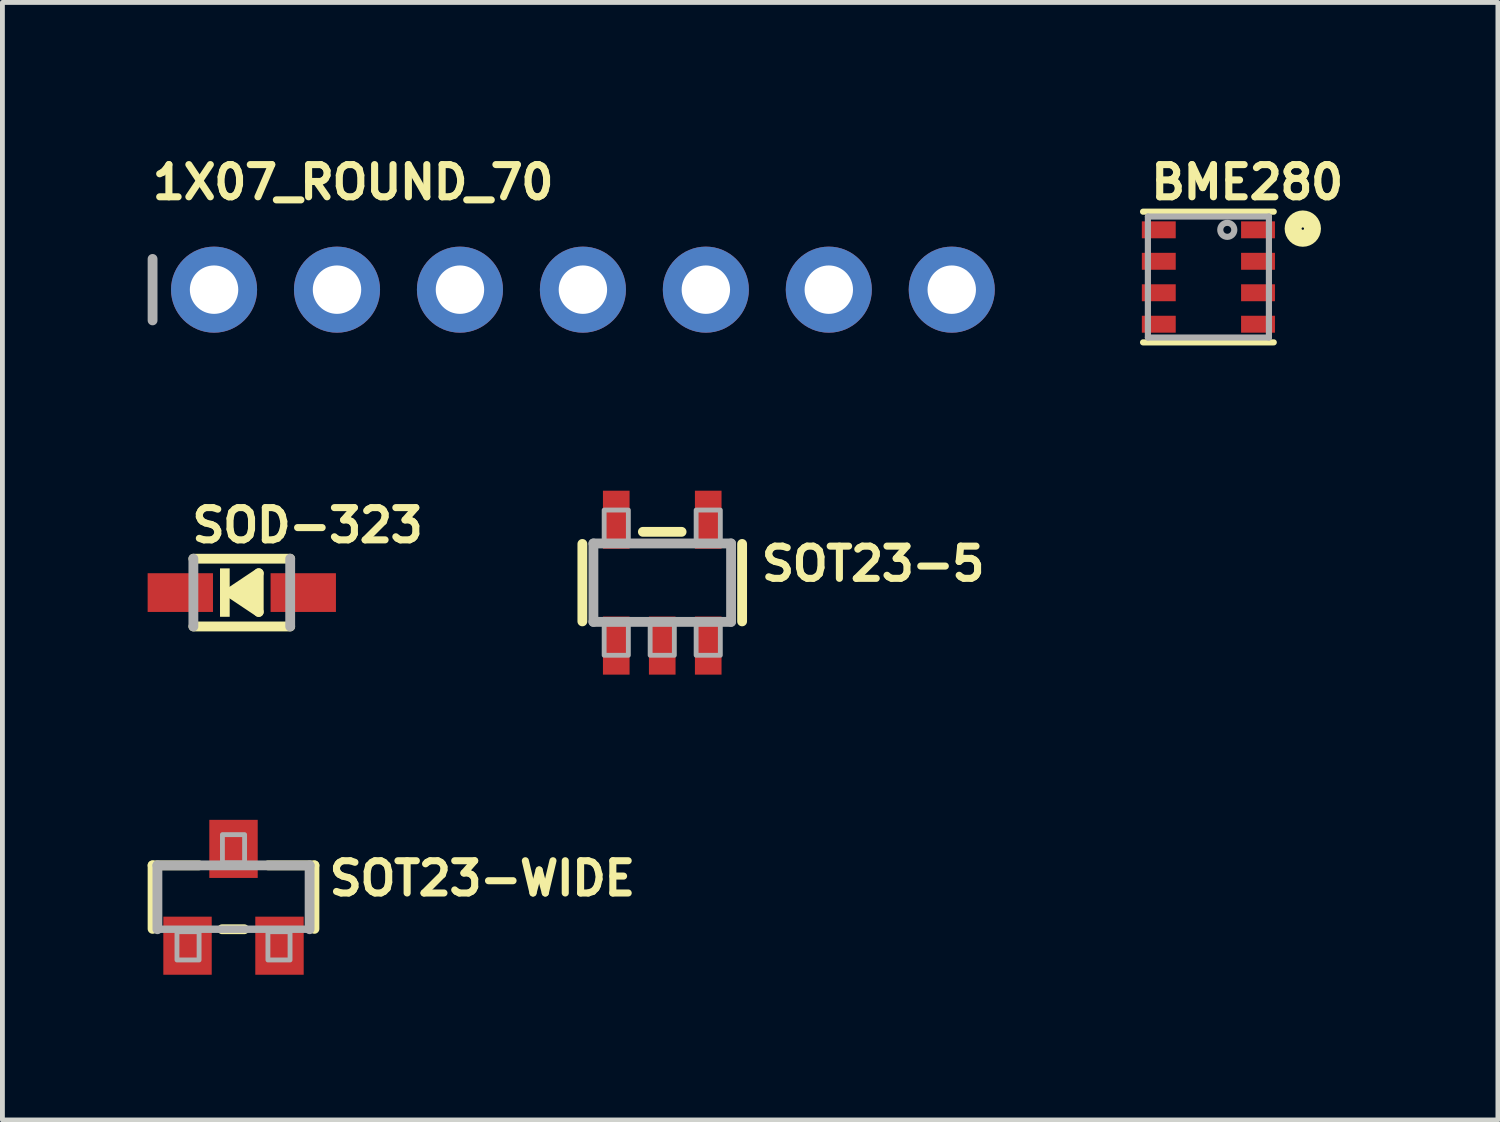
<source format=kicad_pcb>
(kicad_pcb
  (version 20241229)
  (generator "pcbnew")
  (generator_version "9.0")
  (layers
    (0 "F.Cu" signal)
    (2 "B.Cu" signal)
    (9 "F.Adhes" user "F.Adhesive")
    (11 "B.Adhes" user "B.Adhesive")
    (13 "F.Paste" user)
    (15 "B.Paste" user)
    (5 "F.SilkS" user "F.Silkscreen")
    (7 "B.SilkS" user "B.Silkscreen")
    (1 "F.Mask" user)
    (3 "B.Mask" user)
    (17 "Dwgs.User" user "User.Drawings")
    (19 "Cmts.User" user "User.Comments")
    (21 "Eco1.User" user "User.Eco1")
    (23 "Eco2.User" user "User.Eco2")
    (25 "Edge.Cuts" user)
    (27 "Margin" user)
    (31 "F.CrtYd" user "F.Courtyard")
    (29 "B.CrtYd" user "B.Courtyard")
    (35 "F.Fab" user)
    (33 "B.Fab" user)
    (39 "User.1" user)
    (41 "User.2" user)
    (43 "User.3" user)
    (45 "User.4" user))
  (footprint "SOD-323"
    (layer "F.Cu")
    (at 1.945 9.192)
    (property "Reference" "SOD-323" (at -1.1 -1 0) (layer "F.SilkS") (effects (font (size 0.666 0.666) (thickness 0.146)) (justify left bottom)))
    (fp_line (start -1 -0.7) (end 1 -0.7) (stroke (width 0.203) (type solid)) (layer "F.SilkS"))
    (fp_line (start -0.25 0) (end 0.35 -0.4) (stroke (width 0.203) (type solid)) (layer "F.SilkS"))
    (fp_line (start 0.35 -0.4) (end 0.35 0.4) (stroke (width 0.203) (type solid)) (layer "F.SilkS"))
    (fp_line (start 0.35 0.4) (end -0.25 0) (stroke (width 0.203) (type solid)) (layer "F.SilkS"))
    (fp_line (start 1 0.7) (end -1 0.7) (stroke (width 0.203) (type solid)) (layer "F.SilkS"))
    (fp_poly (pts (xy 0.302 0.39) (xy -0.283 0) (xy 0.302 -0.39)) (stroke (width 0) (type solid)) (fill yes) (layer "F.SilkS"))
    (fp_poly (pts (xy -0.45 0.5) (xy -0.25 0.5) (xy -0.25 -0.5) (xy -0.45 -0.5)) (stroke (width 0) (type solid)) (fill yes) (layer "F.SilkS"))
    (fp_line (start -1 0.7) (end -1 -0.7) (stroke (width 0.203) (type solid)) (layer "F.Fab"))
    (fp_line (start 1 -0.7) (end 1 0.7) (stroke (width 0.203) (type solid)) (layer "F.Fab"))
    (pad "A" smd rect (at 1.27 0) (size 1.35 0.8) (layers "F.Cu" "F.Mask" "F.Paste"))
    (pad "C" smd rect (at -1.27 0) (size 1.35 0.8) (layers "F.Cu" "F.Mask" "F.Paste")))
  (footprint "SOT23-5"
    (layer "F.Cu")
    (at 10.631 8.987)
    (property "Reference" "SOT23-5" (at 1.978 0 0) (layer "F.SilkS") (effects (font (size 0.666 0.666) (thickness 0.146)) (justify left bottom)))
    (fp_line (start -1.65 -0.8) (end -1.65 0.8) (stroke (width 0.203) (type solid)) (layer "F.SilkS"))
    (fp_line (start -0.4 -1.05) (end 0.4 -1.05) (stroke (width 0.203) (type solid)) (layer "F.SilkS"))
    (fp_line (start 1.65 -0.8) (end 1.65 0.8) (stroke (width 0.203) (type solid)) (layer "F.SilkS"))
    (fp_line (start -1.422 -0.81) (end 1.422 -0.81) (stroke (width 0.203) (type solid)) (layer "F.Fab"))
    (fp_line (start -1.422 0.81) (end -1.422 -0.81) (stroke (width 0.203) (type solid)) (layer "F.Fab"))
    (fp_line (start 1.422 -0.81) (end 1.422 0.81) (stroke (width 0.203) (type solid)) (layer "F.Fab"))
    (fp_line (start 1.422 0.81) (end -1.422 0.81) (stroke (width 0.203) (type solid)) (layer "F.Fab"))
    (fp_poly (pts (xy -1.2 -0.85) (xy -0.7 -0.85) (xy -0.7 -1.5) (xy -1.2 -1.5)) (stroke (width 0.1) (type solid)) (fill no) (layer "F.Fab"))
    (fp_poly (pts (xy -1.2 1.5) (xy -0.7 1.5) (xy -0.7 0.85) (xy -1.2 0.85)) (stroke (width 0.1) (type solid)) (fill no) (layer "F.Fab"))
    (fp_poly (pts (xy -0.25 1.5) (xy 0.25 1.5) (xy 0.25 0.85) (xy -0.25 0.85)) (stroke (width 0.1) (type solid)) (fill no) (layer "F.Fab"))
    (fp_poly (pts (xy 0.7 -0.85) (xy 1.2 -0.85) (xy 1.2 -1.5) (xy 0.7 -1.5)) (stroke (width 0.1) (type solid)) (fill no) (layer "F.Fab"))
    (fp_poly (pts (xy 0.7 1.5) (xy 1.2 1.5) (xy 1.2 0.85) (xy 0.7 0.85)) (stroke (width 0.1) (type solid)) (fill no) (layer "F.Fab"))
    (pad "1" smd rect (at -0.95 1.3) (size 0.55 1.2) (layers "F.Cu" "F.Mask" "F.Paste"))
    (pad "2" smd rect (at 0 1.3) (size 0.55 1.2) (layers "F.Cu" "F.Mask" "F.Paste"))
    (pad "3" smd rect (at 0.95 1.3) (size 0.55 1.2) (layers "F.Cu" "F.Mask" "F.Paste"))
    (pad "4" smd rect (at 0.95 -1.3) (size 0.55 1.2) (layers "F.Cu" "F.Mask" "F.Paste"))
    (pad "5" smd rect (at -0.95 -1.3) (size 0.55 1.2) (layers "F.Cu" "F.Mask" "F.Paste")))
  (footprint "SOT23-WIDE"
    (layer "F.Cu")
    (at 1.774 15.487)
    (property "Reference" "SOT23-WIDE" (at 1.905 0 0) (layer "F.SilkS") (effects (font (size 0.666 0.666) (thickness 0.146)) (justify left bottom)))
    (fp_line (start -1.672 -0.66) (end -0.714 -0.66) (stroke (width 0.203) (type solid)) (layer "F.SilkS"))
    (fp_line (start -1.672 0.652) (end -1.672 -0.66) (stroke (width 0.203) (type solid)) (layer "F.SilkS"))
    (fp_line (start 0.222 0.66) (end -0.236 0.66) (stroke (width 0.203) (type solid)) (layer "F.SilkS"))
    (fp_line (start 0.714 -0.66) (end 1.672 -0.66) (stroke (width 0.203) (type solid)) (layer "F.SilkS"))
    (fp_line (start 1.672 -0.66) (end 1.672 0.652) (stroke (width 0.203) (type solid)) (layer "F.SilkS"))
    (fp_line (start -1.572 -0.66) (end 1.572 -0.66) (stroke (width 0.203) (type solid)) (layer "F.Fab"))
    (fp_line (start -1.572 0.66) (end -1.572 -0.66) (stroke (width 0.203) (type solid)) (layer "F.Fab"))
    (fp_line (start 1.572 -0.66) (end 1.572 0.66) (stroke (width 0.203) (type solid)) (layer "F.Fab"))
    (fp_line (start 1.572 0.66) (end -1.572 0.66) (stroke (width 0.152) (type solid)) (layer "F.Fab"))
    (fp_poly (pts (xy -1.168 1.295) (xy -0.711 1.295) (xy -0.711 0.711) (xy -1.168 0.711)) (stroke (width 0.1) (type solid)) (fill no) (layer "F.Fab"))
    (fp_poly (pts (xy -0.229 -0.711) (xy 0.229 -0.711) (xy 0.229 -1.295) (xy -0.229 -1.295)) (stroke (width 0.1) (type solid)) (fill no) (layer "F.Fab"))
    (fp_poly (pts (xy 0.711 1.295) (xy 1.168 1.295) (xy 1.168 0.711) (xy 0.711 0.711)) (stroke (width 0.1) (type solid)) (fill no) (layer "F.Fab"))
    (pad "1" smd rect (at -0.95 1) (size 1 1.2) (layers "F.Cu" "F.Mask" "F.Paste"))
    (pad "2" smd rect (at 0.95 1) (size 1 1.2) (layers "F.Cu" "F.Mask" "F.Paste"))
    (pad "3" smd rect (at 0 -1) (size 1 1.2) (layers "F.Cu" "F.Mask" "F.Paste")))
  (footprint "1X07_ROUND_70"
    (layer "F.Cu")
    (at 8.992 2.934)
    (property "Reference" "1X07_ROUND_70" (at -8.966 -1.829 0) (layer "F.SilkS") (effects (font (size 0.666 0.666) (thickness 0.146)) (justify left bottom)))
    (fp_line (start -8.89 -0.635) (end -8.89 0.635) (stroke (width 0.203) (type solid)) (layer "F.Fab"))
    (fp_poly (pts (xy -7.874 0.254) (xy -7.366 0.254) (xy -7.366 -0.254) (xy -7.874 -0.254)) (stroke (width 0.1) (type solid)) (fill no) (layer "F.Fab"))
    (fp_poly (pts (xy -5.334 0.254) (xy -4.826 0.254) (xy -4.826 -0.254) (xy -5.334 -0.254)) (stroke (width 0.1) (type solid)) (fill no) (layer "F.Fab"))
    (fp_poly (pts (xy -2.794 0.254) (xy -2.286 0.254) (xy -2.286 -0.254) (xy -2.794 -0.254)) (stroke (width 0.1) (type solid)) (fill no) (layer "F.Fab"))
    (fp_poly (pts (xy -0.254 0.254) (xy 0.254 0.254) (xy 0.254 -0.254) (xy -0.254 -0.254)) (stroke (width 0.1) (type solid)) (fill no) (layer "F.Fab"))
    (fp_poly (pts (xy 2.286 0.254) (xy 2.794 0.254) (xy 2.794 -0.254) (xy 2.286 -0.254)) (stroke (width 0.1) (type solid)) (fill no) (layer "F.Fab"))
    (fp_poly (pts (xy 4.826 0.254) (xy 5.334 0.254) (xy 5.334 -0.254) (xy 4.826 -0.254)) (stroke (width 0.1) (type solid)) (fill no) (layer "F.Fab"))
    (fp_poly (pts (xy 7.366 0.254) (xy 7.874 0.254) (xy 7.874 -0.254) (xy 7.366 -0.254)) (stroke (width 0.1) (type solid)) (fill no) (layer "F.Fab"))
    (pad "1" thru_hole circle (at -7.62 0 90) (size 1.778 1.778) (drill 1) (layers "*.Cu" "*.Mask"))
    (pad "2" thru_hole circle (at -5.08 0 90) (size 1.778 1.778) (drill 1) (layers "*.Cu" "*.Mask"))
    (pad "3" thru_hole circle (at -2.54 0 90) (size 1.778 1.778) (drill 1) (layers "*.Cu" "*.Mask"))
    (pad "4" thru_hole circle (at 0 0 90) (size 1.778 1.778) (drill 1) (layers "*.Cu" "*.Mask"))
    (pad "5" thru_hole circle (at 2.54 0 90) (size 1.778 1.778) (drill 1) (layers "*.Cu" "*.Mask"))
    (pad "6" thru_hole circle (at 5.08 0 90) (size 1.778 1.778) (drill 1) (layers "*.Cu" "*.Mask"))
    (pad "7" thru_hole circle (at 7.62 0 90) (size 1.778 1.778) (drill 1) (layers "*.Cu" "*.Mask")))
  (footprint "BME280"
    (layer "F.Cu")
    (at 21.914 2.673)
    (property "Reference" "BME280" (at -1.26 -1.568 0) (layer "F.SilkS") (effects (font (size 0.666 0.666) (thickness 0.146)) (justify left bottom)))
    (fp_line (start -1.35 -1.35) (end 1.35 -1.35) (stroke (width 0.127) (type solid)) (layer "F.SilkS"))
    (fp_line (start -1.35 1.35) (end 1.35 1.35) (stroke (width 0.127) (type solid)) (layer "F.SilkS"))
    (fp_circle (center 1.95 -1) (end 2.15 -1) (stroke (width 0.35) (type solid)) (fill no) (layer "F.SilkS"))
    (fp_line (start -1.25 -1.25) (end 1.25 -1.25) (stroke (width 0.127) (type solid)) (layer "F.Fab"))
    (fp_line (start -1.25 1.25) (end -1.25 -1.25) (stroke (width 0.127) (type solid)) (layer "F.Fab"))
    (fp_line (start 1.25 -1.25) (end 1.25 1.25) (stroke (width 0.127) (type solid)) (layer "F.Fab"))
    (fp_line (start 1.25 1.25) (end -1.25 1.25) (stroke (width 0.127) (type solid)) (layer "F.Fab"))
    (fp_circle (center 0.39 -0.975) (end 0.535 -0.975) (stroke (width 0.127) (type solid)) (fill no) (layer "F.Fab"))
    (pad "1" smd rect (at 1.025 -0.975) (size 0.7 0.35) (layers "F.Cu" "F.Mask" "F.Paste"))
    (pad "2" smd rect (at 1.025 -0.325) (size 0.7 0.35) (layers "F.Cu" "F.Mask" "F.Paste"))
    (pad "3" smd rect (at 1.025 0.325) (size 0.7 0.35) (layers "F.Cu" "F.Mask" "F.Paste"))
    (pad "4" smd rect (at 1.025 0.975) (size 0.7 0.35) (layers "F.Cu" "F.Mask" "F.Paste"))
    (pad "5" smd rect (at -1.025 0.975) (size 0.7 0.35) (layers "F.Cu" "F.Mask" "F.Paste"))
    (pad "6" smd rect (at -1.025 0.325) (size 0.7 0.35) (layers "F.Cu" "F.Mask" "F.Paste"))
    (pad "7" smd rect (at -1.025 -0.325) (size 0.7 0.35) (layers "F.Cu" "F.Mask" "F.Paste"))
    (pad "8" smd rect (at -1.025 -0.975) (size 0.7 0.35) (layers "F.Cu" "F.Mask" "F.Paste")))
  (gr_rect
    (start -3 -3)
    (end 27.895 20.087)
    (stroke (width 0.1) (type default))
    (fill no)
    (layer "Edge.Cuts")))
</source>
